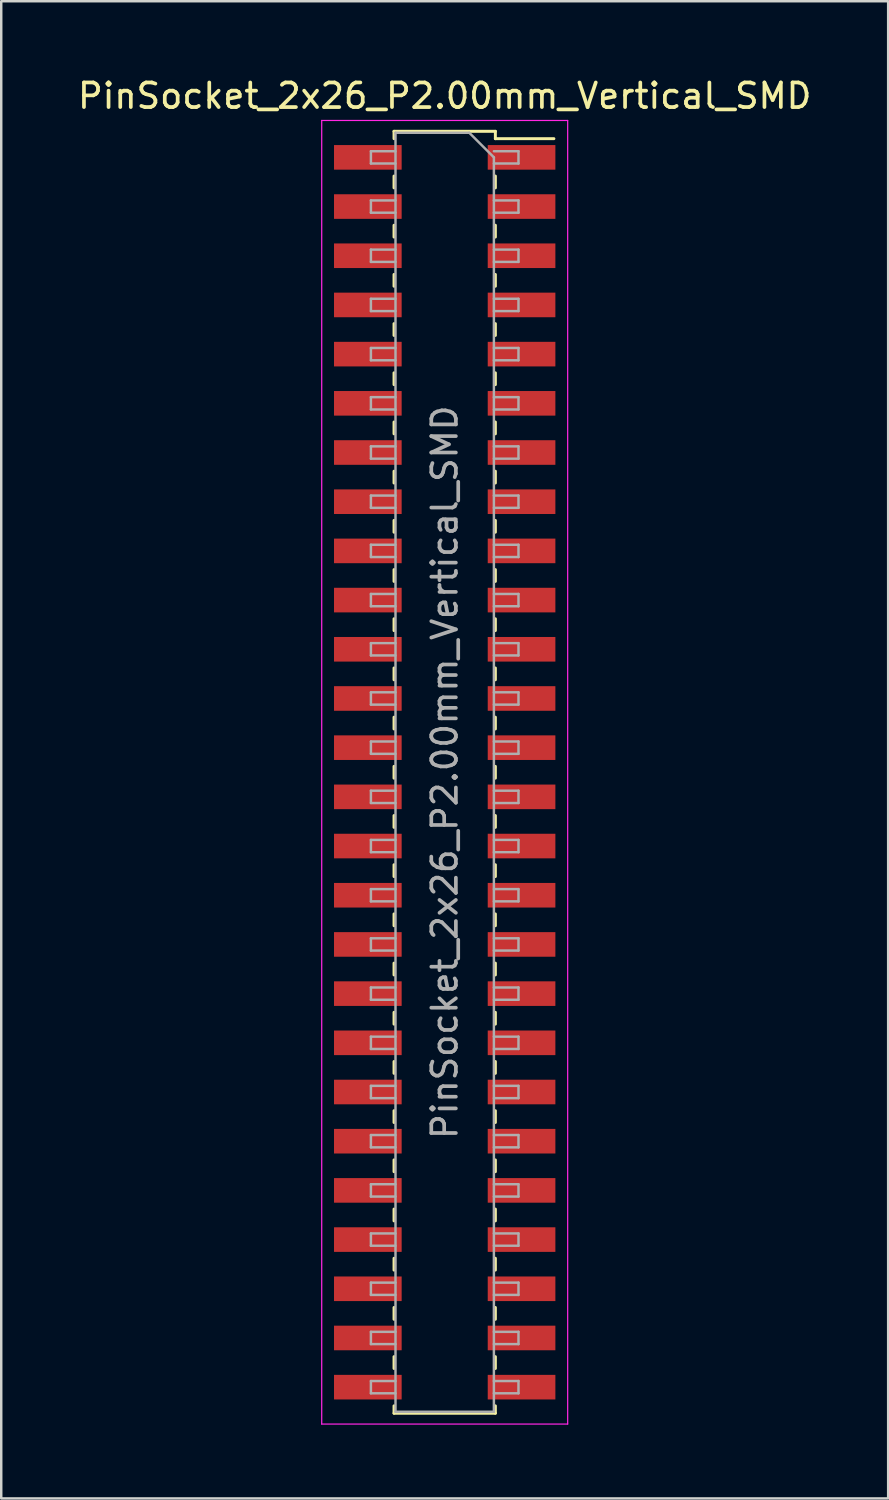
<source format=kicad_pcb>
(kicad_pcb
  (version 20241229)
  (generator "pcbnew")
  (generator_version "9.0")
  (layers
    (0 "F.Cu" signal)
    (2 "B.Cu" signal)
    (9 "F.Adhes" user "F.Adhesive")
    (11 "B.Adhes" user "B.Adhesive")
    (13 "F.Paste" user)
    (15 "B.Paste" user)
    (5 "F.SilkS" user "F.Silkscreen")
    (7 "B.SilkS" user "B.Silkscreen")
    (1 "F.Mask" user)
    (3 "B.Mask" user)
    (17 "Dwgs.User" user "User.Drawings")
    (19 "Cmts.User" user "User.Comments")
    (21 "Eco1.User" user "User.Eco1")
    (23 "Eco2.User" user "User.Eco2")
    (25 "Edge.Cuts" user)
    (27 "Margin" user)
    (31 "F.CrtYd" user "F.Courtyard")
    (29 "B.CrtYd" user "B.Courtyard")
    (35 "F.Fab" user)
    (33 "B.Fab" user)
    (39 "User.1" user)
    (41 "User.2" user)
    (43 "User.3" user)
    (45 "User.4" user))
  (footprint "PinSocket_2x26_P2.00mm_Vertical_SMD"
    (layer "F.Cu")
    (at 15.03 28.348)
    (property "Reference" "PinSocket_2x26_P2.00mm_Vertical_SMD" (at 0 -27.5 0) (layer "F.SilkS") (effects (font (size 1 1) (thickness 0.15))))
    (attr smd)
    (fp_line (start -2.06 -26.06) (end -2.06 -25.76) (stroke (width 0.12) (type solid)) (layer "F.SilkS"))
    (fp_line (start -2.06 -26.06) (end 2.06 -26.06) (stroke (width 0.12) (type solid)) (layer "F.SilkS"))
    (fp_line (start -2.06 -24.24) (end -2.06 -23.76) (stroke (width 0.12) (type solid)) (layer "F.SilkS"))
    (fp_line (start -2.06 -22.24) (end -2.06 -21.76) (stroke (width 0.12) (type solid)) (layer "F.SilkS"))
    (fp_line (start -2.06 -20.24) (end -2.06 -19.76) (stroke (width 0.12) (type solid)) (layer "F.SilkS"))
    (fp_line (start -2.06 -18.24) (end -2.06 -17.76) (stroke (width 0.12) (type solid)) (layer "F.SilkS"))
    (fp_line (start -2.06 -16.24) (end -2.06 -15.76) (stroke (width 0.12) (type solid)) (layer "F.SilkS"))
    (fp_line (start -2.06 -14.24) (end -2.06 -13.76) (stroke (width 0.12) (type solid)) (layer "F.SilkS"))
    (fp_line (start -2.06 -12.24) (end -2.06 -11.76) (stroke (width 0.12) (type solid)) (layer "F.SilkS"))
    (fp_line (start -2.06 -10.24) (end -2.06 -9.76) (stroke (width 0.12) (type solid)) (layer "F.SilkS"))
    (fp_line (start -2.06 -8.24) (end -2.06 -7.76) (stroke (width 0.12) (type solid)) (layer "F.SilkS"))
    (fp_line (start -2.06 -6.24) (end -2.06 -5.76) (stroke (width 0.12) (type solid)) (layer "F.SilkS"))
    (fp_line (start -2.06 -4.24) (end -2.06 -3.76) (stroke (width 0.12) (type solid)) (layer "F.SilkS"))
    (fp_line (start -2.06 -2.24) (end -2.06 -1.76) (stroke (width 0.12) (type solid)) (layer "F.SilkS"))
    (fp_line (start -2.06 -0.24) (end -2.06 0.24) (stroke (width 0.12) (type solid)) (layer "F.SilkS"))
    (fp_line (start -2.06 1.76) (end -2.06 2.24) (stroke (width 0.12) (type solid)) (layer "F.SilkS"))
    (fp_line (start -2.06 3.76) (end -2.06 4.24) (stroke (width 0.12) (type solid)) (layer "F.SilkS"))
    (fp_line (start -2.06 5.76) (end -2.06 6.24) (stroke (width 0.12) (type solid)) (layer "F.SilkS"))
    (fp_line (start -2.06 7.76) (end -2.06 8.24) (stroke (width 0.12) (type solid)) (layer "F.SilkS"))
    (fp_line (start -2.06 9.76) (end -2.06 10.24) (stroke (width 0.12) (type solid)) (layer "F.SilkS"))
    (fp_line (start -2.06 11.76) (end -2.06 12.24) (stroke (width 0.12) (type solid)) (layer "F.SilkS"))
    (fp_line (start -2.06 13.76) (end -2.06 14.24) (stroke (width 0.12) (type solid)) (layer "F.SilkS"))
    (fp_line (start -2.06 15.76) (end -2.06 16.24) (stroke (width 0.12) (type solid)) (layer "F.SilkS"))
    (fp_line (start -2.06 17.76) (end -2.06 18.24) (stroke (width 0.12) (type solid)) (layer "F.SilkS"))
    (fp_line (start -2.06 19.76) (end -2.06 20.24) (stroke (width 0.12) (type solid)) (layer "F.SilkS"))
    (fp_line (start -2.06 21.76) (end -2.06 22.24) (stroke (width 0.12) (type solid)) (layer "F.SilkS"))
    (fp_line (start -2.06 23.76) (end -2.06 24.24) (stroke (width 0.12) (type solid)) (layer "F.SilkS"))
    (fp_line (start -2.06 25.76) (end -2.06 26.06) (stroke (width 0.12) (type solid)) (layer "F.SilkS"))
    (fp_line (start -2.06 26.06) (end 2.06 26.06) (stroke (width 0.12) (type solid)) (layer "F.SilkS"))
    (fp_line (start 2.06 -26.06) (end 2.06 -25.76) (stroke (width 0.12) (type solid)) (layer "F.SilkS"))
    (fp_line (start 2.06 -25.76) (end 4.44 -25.76) (stroke (width 0.12) (type solid)) (layer "F.SilkS"))
    (fp_line (start 2.06 -24.24) (end 2.06 -23.76) (stroke (width 0.12) (type solid)) (layer "F.SilkS"))
    (fp_line (start 2.06 -22.24) (end 2.06 -21.76) (stroke (width 0.12) (type solid)) (layer "F.SilkS"))
    (fp_line (start 2.06 -20.24) (end 2.06 -19.76) (stroke (width 0.12) (type solid)) (layer "F.SilkS"))
    (fp_line (start 2.06 -18.24) (end 2.06 -17.76) (stroke (width 0.12) (type solid)) (layer "F.SilkS"))
    (fp_line (start 2.06 -16.24) (end 2.06 -15.76) (stroke (width 0.12) (type solid)) (layer "F.SilkS"))
    (fp_line (start 2.06 -14.24) (end 2.06 -13.76) (stroke (width 0.12) (type solid)) (layer "F.SilkS"))
    (fp_line (start 2.06 -12.24) (end 2.06 -11.76) (stroke (width 0.12) (type solid)) (layer "F.SilkS"))
    (fp_line (start 2.06 -10.24) (end 2.06 -9.76) (stroke (width 0.12) (type solid)) (layer "F.SilkS"))
    (fp_line (start 2.06 -8.24) (end 2.06 -7.76) (stroke (width 0.12) (type solid)) (layer "F.SilkS"))
    (fp_line (start 2.06 -6.24) (end 2.06 -5.76) (stroke (width 0.12) (type solid)) (layer "F.SilkS"))
    (fp_line (start 2.06 -4.24) (end 2.06 -3.76) (stroke (width 0.12) (type solid)) (layer "F.SilkS"))
    (fp_line (start 2.06 -2.24) (end 2.06 -1.76) (stroke (width 0.12) (type solid)) (layer "F.SilkS"))
    (fp_line (start 2.06 -0.24) (end 2.06 0.24) (stroke (width 0.12) (type solid)) (layer "F.SilkS"))
    (fp_line (start 2.06 1.76) (end 2.06 2.24) (stroke (width 0.12) (type solid)) (layer "F.SilkS"))
    (fp_line (start 2.06 3.76) (end 2.06 4.24) (stroke (width 0.12) (type solid)) (layer "F.SilkS"))
    (fp_line (start 2.06 5.76) (end 2.06 6.24) (stroke (width 0.12) (type solid)) (layer "F.SilkS"))
    (fp_line (start 2.06 7.76) (end 2.06 8.24) (stroke (width 0.12) (type solid)) (layer "F.SilkS"))
    (fp_line (start 2.06 9.76) (end 2.06 10.24) (stroke (width 0.12) (type solid)) (layer "F.SilkS"))
    (fp_line (start 2.06 11.76) (end 2.06 12.24) (stroke (width 0.12) (type solid)) (layer "F.SilkS"))
    (fp_line (start 2.06 13.76) (end 2.06 14.24) (stroke (width 0.12) (type solid)) (layer "F.SilkS"))
    (fp_line (start 2.06 15.76) (end 2.06 16.24) (stroke (width 0.12) (type solid)) (layer "F.SilkS"))
    (fp_line (start 2.06 17.76) (end 2.06 18.24) (stroke (width 0.12) (type solid)) (layer "F.SilkS"))
    (fp_line (start 2.06 19.76) (end 2.06 20.24) (stroke (width 0.12) (type solid)) (layer "F.SilkS"))
    (fp_line (start 2.06 21.76) (end 2.06 22.24) (stroke (width 0.12) (type solid)) (layer "F.SilkS"))
    (fp_line (start 2.06 23.76) (end 2.06 24.24) (stroke (width 0.12) (type solid)) (layer "F.SilkS"))
    (fp_line (start 2.06 25.76) (end 2.06 26.06) (stroke (width 0.12) (type solid)) (layer "F.SilkS"))
    (fp_line (start -5 -26.5) (end 5 -26.5) (stroke (width 0.05) (type solid)) (layer "F.CrtYd"))
    (fp_line (start -5 26.5) (end -5 -26.5) (stroke (width 0.05) (type solid)) (layer "F.CrtYd"))
    (fp_line (start 5 -26.5) (end 5 26.5) (stroke (width 0.05) (type solid)) (layer "F.CrtYd"))
    (fp_line (start 5 26.5) (end -5 26.5) (stroke (width 0.05) (type solid)) (layer "F.CrtYd"))
    (fp_line (start -3 -25.25) (end -2 -25.25) (stroke (width 0.1) (type solid)) (layer "F.Fab"))
    (fp_line (start -3 -24.75) (end -3 -25.25) (stroke (width 0.1) (type solid)) (layer "F.Fab"))
    (fp_line (start -3 -23.25) (end -2 -23.25) (stroke (width 0.1) (type solid)) (layer "F.Fab"))
    (fp_line (start -3 -22.75) (end -3 -23.25) (stroke (width 0.1) (type solid)) (layer "F.Fab"))
    (fp_line (start -3 -21.25) (end -2 -21.25) (stroke (width 0.1) (type solid)) (layer "F.Fab"))
    (fp_line (start -3 -20.75) (end -3 -21.25) (stroke (width 0.1) (type solid)) (layer "F.Fab"))
    (fp_line (start -3 -19.25) (end -2 -19.25) (stroke (width 0.1) (type solid)) (layer "F.Fab"))
    (fp_line (start -3 -18.75) (end -3 -19.25) (stroke (width 0.1) (type solid)) (layer "F.Fab"))
    (fp_line (start -3 -17.25) (end -2 -17.25) (stroke (width 0.1) (type solid)) (layer "F.Fab"))
    (fp_line (start -3 -16.75) (end -3 -17.25) (stroke (width 0.1) (type solid)) (layer "F.Fab"))
    (fp_line (start -3 -15.25) (end -2 -15.25) (stroke (width 0.1) (type solid)) (layer "F.Fab"))
    (fp_line (start -3 -14.75) (end -3 -15.25) (stroke (width 0.1) (type solid)) (layer "F.Fab"))
    (fp_line (start -3 -13.25) (end -2 -13.25) (stroke (width 0.1) (type solid)) (layer "F.Fab"))
    (fp_line (start -3 -12.75) (end -3 -13.25) (stroke (width 0.1) (type solid)) (layer "F.Fab"))
    (fp_line (start -3 -11.25) (end -2 -11.25) (stroke (width 0.1) (type solid)) (layer "F.Fab"))
    (fp_line (start -3 -10.75) (end -3 -11.25) (stroke (width 0.1) (type solid)) (layer "F.Fab"))
    (fp_line (start -3 -9.25) (end -2 -9.25) (stroke (width 0.1) (type solid)) (layer "F.Fab"))
    (fp_line (start -3 -8.75) (end -3 -9.25) (stroke (width 0.1) (type solid)) (layer "F.Fab"))
    (fp_line (start -3 -7.25) (end -2 -7.25) (stroke (width 0.1) (type solid)) (layer "F.Fab"))
    (fp_line (start -3 -6.75) (end -3 -7.25) (stroke (width 0.1) (type solid)) (layer "F.Fab"))
    (fp_line (start -3 -5.25) (end -2 -5.25) (stroke (width 0.1) (type solid)) (layer "F.Fab"))
    (fp_line (start -3 -4.75) (end -3 -5.25) (stroke (width 0.1) (type solid)) (layer "F.Fab"))
    (fp_line (start -3 -3.25) (end -2 -3.25) (stroke (width 0.1) (type solid)) (layer "F.Fab"))
    (fp_line (start -3 -2.75) (end -3 -3.25) (stroke (width 0.1) (type solid)) (layer "F.Fab"))
    (fp_line (start -3 -1.25) (end -2 -1.25) (stroke (width 0.1) (type solid)) (layer "F.Fab"))
    (fp_line (start -3 -0.75) (end -3 -1.25) (stroke (width 0.1) (type solid)) (layer "F.Fab"))
    (fp_line (start -3 0.75) (end -2 0.75) (stroke (width 0.1) (type solid)) (layer "F.Fab"))
    (fp_line (start -3 1.25) (end -3 0.75) (stroke (width 0.1) (type solid)) (layer "F.Fab"))
    (fp_line (start -3 2.75) (end -2 2.75) (stroke (width 0.1) (type solid)) (layer "F.Fab"))
    (fp_line (start -3 3.25) (end -3 2.75) (stroke (width 0.1) (type solid)) (layer "F.Fab"))
    (fp_line (start -3 4.75) (end -2 4.75) (stroke (width 0.1) (type solid)) (layer "F.Fab"))
    (fp_line (start -3 5.25) (end -3 4.75) (stroke (width 0.1) (type solid)) (layer "F.Fab"))
    (fp_line (start -3 6.75) (end -2 6.75) (stroke (width 0.1) (type solid)) (layer "F.Fab"))
    (fp_line (start -3 7.25) (end -3 6.75) (stroke (width 0.1) (type solid)) (layer "F.Fab"))
    (fp_line (start -3 8.75) (end -2 8.75) (stroke (width 0.1) (type solid)) (layer "F.Fab"))
    (fp_line (start -3 9.25) (end -3 8.75) (stroke (width 0.1) (type solid)) (layer "F.Fab"))
    (fp_line (start -3 10.75) (end -2 10.75) (stroke (width 0.1) (type solid)) (layer "F.Fab"))
    (fp_line (start -3 11.25) (end -3 10.75) (stroke (width 0.1) (type solid)) (layer "F.Fab"))
    (fp_line (start -3 12.75) (end -2 12.75) (stroke (width 0.1) (type solid)) (layer "F.Fab"))
    (fp_line (start -3 13.25) (end -3 12.75) (stroke (width 0.1) (type solid)) (layer "F.Fab"))
    (fp_line (start -3 14.75) (end -2 14.75) (stroke (width 0.1) (type solid)) (layer "F.Fab"))
    (fp_line (start -3 15.25) (end -3 14.75) (stroke (width 0.1) (type solid)) (layer "F.Fab"))
    (fp_line (start -3 16.75) (end -2 16.75) (stroke (width 0.1) (type solid)) (layer "F.Fab"))
    (fp_line (start -3 17.25) (end -3 16.75) (stroke (width 0.1) (type solid)) (layer "F.Fab"))
    (fp_line (start -3 18.75) (end -2 18.75) (stroke (width 0.1) (type solid)) (layer "F.Fab"))
    (fp_line (start -3 19.25) (end -3 18.75) (stroke (width 0.1) (type solid)) (layer "F.Fab"))
    (fp_line (start -3 20.75) (end -2 20.75) (stroke (width 0.1) (type solid)) (layer "F.Fab"))
    (fp_line (start -3 21.25) (end -3 20.75) (stroke (width 0.1) (type solid)) (layer "F.Fab"))
    (fp_line (start -3 22.75) (end -2 22.75) (stroke (width 0.1) (type solid)) (layer "F.Fab"))
    (fp_line (start -3 23.25) (end -3 22.75) (stroke (width 0.1) (type solid)) (layer "F.Fab"))
    (fp_line (start -3 24.75) (end -2 24.75) (stroke (width 0.1) (type solid)) (layer "F.Fab"))
    (fp_line (start -3 25.25) (end -3 24.75) (stroke (width 0.1) (type solid)) (layer "F.Fab"))
    (fp_line (start -2 -26) (end 1 -26) (stroke (width 0.1) (type solid)) (layer "F.Fab"))
    (fp_line (start -2 -24.75) (end -3 -24.75) (stroke (width 0.1) (type solid)) (layer "F.Fab"))
    (fp_line (start -2 -22.75) (end -3 -22.75) (stroke (width 0.1) (type solid)) (layer "F.Fab"))
    (fp_line (start -2 -20.75) (end -3 -20.75) (stroke (width 0.1) (type solid)) (layer "F.Fab"))
    (fp_line (start -2 -18.75) (end -3 -18.75) (stroke (width 0.1) (type solid)) (layer "F.Fab"))
    (fp_line (start -2 -16.75) (end -3 -16.75) (stroke (width 0.1) (type solid)) (layer "F.Fab"))
    (fp_line (start -2 -14.75) (end -3 -14.75) (stroke (width 0.1) (type solid)) (layer "F.Fab"))
    (fp_line (start -2 -12.75) (end -3 -12.75) (stroke (width 0.1) (type solid)) (layer "F.Fab"))
    (fp_line (start -2 -10.75) (end -3 -10.75) (stroke (width 0.1) (type solid)) (layer "F.Fab"))
    (fp_line (start -2 -8.75) (end -3 -8.75) (stroke (width 0.1) (type solid)) (layer "F.Fab"))
    (fp_line (start -2 -6.75) (end -3 -6.75) (stroke (width 0.1) (type solid)) (layer "F.Fab"))
    (fp_line (start -2 -4.75) (end -3 -4.75) (stroke (width 0.1) (type solid)) (layer "F.Fab"))
    (fp_line (start -2 -2.75) (end -3 -2.75) (stroke (width 0.1) (type solid)) (layer "F.Fab"))
    (fp_line (start -2 -0.75) (end -3 -0.75) (stroke (width 0.1) (type solid)) (layer "F.Fab"))
    (fp_line (start -2 1.25) (end -3 1.25) (stroke (width 0.1) (type solid)) (layer "F.Fab"))
    (fp_line (start -2 3.25) (end -3 3.25) (stroke (width 0.1) (type solid)) (layer "F.Fab"))
    (fp_line (start -2 5.25) (end -3 5.25) (stroke (width 0.1) (type solid)) (layer "F.Fab"))
    (fp_line (start -2 7.25) (end -3 7.25) (stroke (width 0.1) (type solid)) (layer "F.Fab"))
    (fp_line (start -2 9.25) (end -3 9.25) (stroke (width 0.1) (type solid)) (layer "F.Fab"))
    (fp_line (start -2 11.25) (end -3 11.25) (stroke (width 0.1) (type solid)) (layer "F.Fab"))
    (fp_line (start -2 13.25) (end -3 13.25) (stroke (width 0.1) (type solid)) (layer "F.Fab"))
    (fp_line (start -2 15.25) (end -3 15.25) (stroke (width 0.1) (type solid)) (layer "F.Fab"))
    (fp_line (start -2 17.25) (end -3 17.25) (stroke (width 0.1) (type solid)) (layer "F.Fab"))
    (fp_line (start -2 19.25) (end -3 19.25) (stroke (width 0.1) (type solid)) (layer "F.Fab"))
    (fp_line (start -2 21.25) (end -3 21.25) (stroke (width 0.1) (type solid)) (layer "F.Fab"))
    (fp_line (start -2 23.25) (end -3 23.25) (stroke (width 0.1) (type solid)) (layer "F.Fab"))
    (fp_line (start -2 25.25) (end -3 25.25) (stroke (width 0.1) (type solid)) (layer "F.Fab"))
    (fp_line (start -2 26) (end -2 -26) (stroke (width 0.1) (type solid)) (layer "F.Fab"))
    (fp_line (start 1 -26) (end 2 -25) (stroke (width 0.1) (type solid)) (layer "F.Fab"))
    (fp_line (start 2 -25.25) (end 3 -25.25) (stroke (width 0.1) (type solid)) (layer "F.Fab"))
    (fp_line (start 2 -25) (end 2 26) (stroke (width 0.1) (type solid)) (layer "F.Fab"))
    (fp_line (start 2 -23.25) (end 3 -23.25) (stroke (width 0.1) (type solid)) (layer "F.Fab"))
    (fp_line (start 2 -21.25) (end 3 -21.25) (stroke (width 0.1) (type solid)) (layer "F.Fab"))
    (fp_line (start 2 -19.25) (end 3 -19.25) (stroke (width 0.1) (type solid)) (layer "F.Fab"))
    (fp_line (start 2 -17.25) (end 3 -17.25) (stroke (width 0.1) (type solid)) (layer "F.Fab"))
    (fp_line (start 2 -15.25) (end 3 -15.25) (stroke (width 0.1) (type solid)) (layer "F.Fab"))
    (fp_line (start 2 -13.25) (end 3 -13.25) (stroke (width 0.1) (type solid)) (layer "F.Fab"))
    (fp_line (start 2 -11.25) (end 3 -11.25) (stroke (width 0.1) (type solid)) (layer "F.Fab"))
    (fp_line (start 2 -9.25) (end 3 -9.25) (stroke (width 0.1) (type solid)) (layer "F.Fab"))
    (fp_line (start 2 -7.25) (end 3 -7.25) (stroke (width 0.1) (type solid)) (layer "F.Fab"))
    (fp_line (start 2 -5.25) (end 3 -5.25) (stroke (width 0.1) (type solid)) (layer "F.Fab"))
    (fp_line (start 2 -3.25) (end 3 -3.25) (stroke (width 0.1) (type solid)) (layer "F.Fab"))
    (fp_line (start 2 -1.25) (end 3 -1.25) (stroke (width 0.1) (type solid)) (layer "F.Fab"))
    (fp_line (start 2 0.75) (end 3 0.75) (stroke (width 0.1) (type solid)) (layer "F.Fab"))
    (fp_line (start 2 2.75) (end 3 2.75) (stroke (width 0.1) (type solid)) (layer "F.Fab"))
    (fp_line (start 2 4.75) (end 3 4.75) (stroke (width 0.1) (type solid)) (layer "F.Fab"))
    (fp_line (start 2 6.75) (end 3 6.75) (stroke (width 0.1) (type solid)) (layer "F.Fab"))
    (fp_line (start 2 8.75) (end 3 8.75) (stroke (width 0.1) (type solid)) (layer "F.Fab"))
    (fp_line (start 2 10.75) (end 3 10.75) (stroke (width 0.1) (type solid)) (layer "F.Fab"))
    (fp_line (start 2 12.75) (end 3 12.75) (stroke (width 0.1) (type solid)) (layer "F.Fab"))
    (fp_line (start 2 14.75) (end 3 14.75) (stroke (width 0.1) (type solid)) (layer "F.Fab"))
    (fp_line (start 2 16.75) (end 3 16.75) (stroke (width 0.1) (type solid)) (layer "F.Fab"))
    (fp_line (start 2 18.75) (end 3 18.75) (stroke (width 0.1) (type solid)) (layer "F.Fab"))
    (fp_line (start 2 20.75) (end 3 20.75) (stroke (width 0.1) (type solid)) (layer "F.Fab"))
    (fp_line (start 2 22.75) (end 3 22.75) (stroke (width 0.1) (type solid)) (layer "F.Fab"))
    (fp_line (start 2 24.75) (end 3 24.75) (stroke (width 0.1) (type solid)) (layer "F.Fab"))
    (fp_line (start 2 26) (end -2 26) (stroke (width 0.1) (type solid)) (layer "F.Fab"))
    (fp_line (start 3 -25.25) (end 3 -24.75) (stroke (width 0.1) (type solid)) (layer "F.Fab"))
    (fp_line (start 3 -24.75) (end 2 -24.75) (stroke (width 0.1) (type solid)) (layer "F.Fab"))
    (fp_line (start 3 -23.25) (end 3 -22.75) (stroke (width 0.1) (type solid)) (layer "F.Fab"))
    (fp_line (start 3 -22.75) (end 2 -22.75) (stroke (width 0.1) (type solid)) (layer "F.Fab"))
    (fp_line (start 3 -21.25) (end 3 -20.75) (stroke (width 0.1) (type solid)) (layer "F.Fab"))
    (fp_line (start 3 -20.75) (end 2 -20.75) (stroke (width 0.1) (type solid)) (layer "F.Fab"))
    (fp_line (start 3 -19.25) (end 3 -18.75) (stroke (width 0.1) (type solid)) (layer "F.Fab"))
    (fp_line (start 3 -18.75) (end 2 -18.75) (stroke (width 0.1) (type solid)) (layer "F.Fab"))
    (fp_line (start 3 -17.25) (end 3 -16.75) (stroke (width 0.1) (type solid)) (layer "F.Fab"))
    (fp_line (start 3 -16.75) (end 2 -16.75) (stroke (width 0.1) (type solid)) (layer "F.Fab"))
    (fp_line (start 3 -15.25) (end 3 -14.75) (stroke (width 0.1) (type solid)) (layer "F.Fab"))
    (fp_line (start 3 -14.75) (end 2 -14.75) (stroke (width 0.1) (type solid)) (layer "F.Fab"))
    (fp_line (start 3 -13.25) (end 3 -12.75) (stroke (width 0.1) (type solid)) (layer "F.Fab"))
    (fp_line (start 3 -12.75) (end 2 -12.75) (stroke (width 0.1) (type solid)) (layer "F.Fab"))
    (fp_line (start 3 -11.25) (end 3 -10.75) (stroke (width 0.1) (type solid)) (layer "F.Fab"))
    (fp_line (start 3 -10.75) (end 2 -10.75) (stroke (width 0.1) (type solid)) (layer "F.Fab"))
    (fp_line (start 3 -9.25) (end 3 -8.75) (stroke (width 0.1) (type solid)) (layer "F.Fab"))
    (fp_line (start 3 -8.75) (end 2 -8.75) (stroke (width 0.1) (type solid)) (layer "F.Fab"))
    (fp_line (start 3 -7.25) (end 3 -6.75) (stroke (width 0.1) (type solid)) (layer "F.Fab"))
    (fp_line (start 3 -6.75) (end 2 -6.75) (stroke (width 0.1) (type solid)) (layer "F.Fab"))
    (fp_line (start 3 -5.25) (end 3 -4.75) (stroke (width 0.1) (type solid)) (layer "F.Fab"))
    (fp_line (start 3 -4.75) (end 2 -4.75) (stroke (width 0.1) (type solid)) (layer "F.Fab"))
    (fp_line (start 3 -3.25) (end 3 -2.75) (stroke (width 0.1) (type solid)) (layer "F.Fab"))
    (fp_line (start 3 -2.75) (end 2 -2.75) (stroke (width 0.1) (type solid)) (layer "F.Fab"))
    (fp_line (start 3 -1.25) (end 3 -0.75) (stroke (width 0.1) (type solid)) (layer "F.Fab"))
    (fp_line (start 3 -0.75) (end 2 -0.75) (stroke (width 0.1) (type solid)) (layer "F.Fab"))
    (fp_line (start 3 0.75) (end 3 1.25) (stroke (width 0.1) (type solid)) (layer "F.Fab"))
    (fp_line (start 3 1.25) (end 2 1.25) (stroke (width 0.1) (type solid)) (layer "F.Fab"))
    (fp_line (start 3 2.75) (end 3 3.25) (stroke (width 0.1) (type solid)) (layer "F.Fab"))
    (fp_line (start 3 3.25) (end 2 3.25) (stroke (width 0.1) (type solid)) (layer "F.Fab"))
    (fp_line (start 3 4.75) (end 3 5.25) (stroke (width 0.1) (type solid)) (layer "F.Fab"))
    (fp_line (start 3 5.25) (end 2 5.25) (stroke (width 0.1) (type solid)) (layer "F.Fab"))
    (fp_line (start 3 6.75) (end 3 7.25) (stroke (width 0.1) (type solid)) (layer "F.Fab"))
    (fp_line (start 3 7.25) (end 2 7.25) (stroke (width 0.1) (type solid)) (layer "F.Fab"))
    (fp_line (start 3 8.75) (end 3 9.25) (stroke (width 0.1) (type solid)) (layer "F.Fab"))
    (fp_line (start 3 9.25) (end 2 9.25) (stroke (width 0.1) (type solid)) (layer "F.Fab"))
    (fp_line (start 3 10.75) (end 3 11.25) (stroke (width 0.1) (type solid)) (layer "F.Fab"))
    (fp_line (start 3 11.25) (end 2 11.25) (stroke (width 0.1) (type solid)) (layer "F.Fab"))
    (fp_line (start 3 12.75) (end 3 13.25) (stroke (width 0.1) (type solid)) (layer "F.Fab"))
    (fp_line (start 3 13.25) (end 2 13.25) (stroke (width 0.1) (type solid)) (layer "F.Fab"))
    (fp_line (start 3 14.75) (end 3 15.25) (stroke (width 0.1) (type solid)) (layer "F.Fab"))
    (fp_line (start 3 15.25) (end 2 15.25) (stroke (width 0.1) (type solid)) (layer "F.Fab"))
    (fp_line (start 3 16.75) (end 3 17.25) (stroke (width 0.1) (type solid)) (layer "F.Fab"))
    (fp_line (start 3 17.25) (end 2 17.25) (stroke (width 0.1) (type solid)) (layer "F.Fab"))
    (fp_line (start 3 18.75) (end 3 19.25) (stroke (width 0.1) (type solid)) (layer "F.Fab"))
    (fp_line (start 3 19.25) (end 2 19.25) (stroke (width 0.1) (type solid)) (layer "F.Fab"))
    (fp_line (start 3 20.75) (end 3 21.25) (stroke (width 0.1) (type solid)) (layer "F.Fab"))
    (fp_line (start 3 21.25) (end 2 21.25) (stroke (width 0.1) (type solid)) (layer "F.Fab"))
    (fp_line (start 3 22.75) (end 3 23.25) (stroke (width 0.1) (type solid)) (layer "F.Fab"))
    (fp_line (start 3 23.25) (end 2 23.25) (stroke (width 0.1) (type solid)) (layer "F.Fab"))
    (fp_line (start 3 24.75) (end 3 25.25) (stroke (width 0.1) (type solid)) (layer "F.Fab"))
    (fp_line (start 3 25.25) (end 2 25.25) (stroke (width 0.1) (type solid)) (layer "F.Fab"))
    (fp_text user "${REFERENCE}" (at 0 0 90) (layer "F.Fab") (effects (font (size 1 1) (thickness 0.15))))
    (pad "1" smd rect (at 3.125 -25) (size 2.75 1) (layers "F.Cu" "F.Mask" "F.Paste"))
    (pad "2" smd rect (at -3.125 -25) (size 2.75 1) (layers "F.Cu" "F.Mask" "F.Paste"))
    (pad "3" smd rect (at 3.125 -23) (size 2.75 1) (layers "F.Cu" "F.Mask" "F.Paste"))
    (pad "4" smd rect (at -3.125 -23) (size 2.75 1) (layers "F.Cu" "F.Mask" "F.Paste"))
    (pad "5" smd rect (at 3.125 -21) (size 2.75 1) (layers "F.Cu" "F.Mask" "F.Paste"))
    (pad "6" smd rect (at -3.125 -21) (size 2.75 1) (layers "F.Cu" "F.Mask" "F.Paste"))
    (pad "7" smd rect (at 3.125 -19) (size 2.75 1) (layers "F.Cu" "F.Mask" "F.Paste"))
    (pad "8" smd rect (at -3.125 -19) (size 2.75 1) (layers "F.Cu" "F.Mask" "F.Paste"))
    (pad "9" smd rect (at 3.125 -17) (size 2.75 1) (layers "F.Cu" "F.Mask" "F.Paste"))
    (pad "10" smd rect (at -3.125 -17) (size 2.75 1) (layers "F.Cu" "F.Mask" "F.Paste"))
    (pad "11" smd rect (at 3.125 -15) (size 2.75 1) (layers "F.Cu" "F.Mask" "F.Paste"))
    (pad "12" smd rect (at -3.125 -15) (size 2.75 1) (layers "F.Cu" "F.Mask" "F.Paste"))
    (pad "13" smd rect (at 3.125 -13) (size 2.75 1) (layers "F.Cu" "F.Mask" "F.Paste"))
    (pad "14" smd rect (at -3.125 -13) (size 2.75 1) (layers "F.Cu" "F.Mask" "F.Paste"))
    (pad "15" smd rect (at 3.125 -11) (size 2.75 1) (layers "F.Cu" "F.Mask" "F.Paste"))
    (pad "16" smd rect (at -3.125 -11) (size 2.75 1) (layers "F.Cu" "F.Mask" "F.Paste"))
    (pad "17" smd rect (at 3.125 -9) (size 2.75 1) (layers "F.Cu" "F.Mask" "F.Paste"))
    (pad "18" smd rect (at -3.125 -9) (size 2.75 1) (layers "F.Cu" "F.Mask" "F.Paste"))
    (pad "19" smd rect (at 3.125 -7) (size 2.75 1) (layers "F.Cu" "F.Mask" "F.Paste"))
    (pad "20" smd rect (at -3.125 -7) (size 2.75 1) (layers "F.Cu" "F.Mask" "F.Paste"))
    (pad "21" smd rect (at 3.125 -5) (size 2.75 1) (layers "F.Cu" "F.Mask" "F.Paste"))
    (pad "22" smd rect (at -3.125 -5) (size 2.75 1) (layers "F.Cu" "F.Mask" "F.Paste"))
    (pad "23" smd rect (at 3.125 -3) (size 2.75 1) (layers "F.Cu" "F.Mask" "F.Paste"))
    (pad "24" smd rect (at -3.125 -3) (size 2.75 1) (layers "F.Cu" "F.Mask" "F.Paste"))
    (pad "25" smd rect (at 3.125 -1) (size 2.75 1) (layers "F.Cu" "F.Mask" "F.Paste"))
    (pad "26" smd rect (at -3.125 -1) (size 2.75 1) (layers "F.Cu" "F.Mask" "F.Paste"))
    (pad "27" smd rect (at 3.125 1) (size 2.75 1) (layers "F.Cu" "F.Mask" "F.Paste"))
    (pad "28" smd rect (at -3.125 1) (size 2.75 1) (layers "F.Cu" "F.Mask" "F.Paste"))
    (pad "29" smd rect (at 3.125 3) (size 2.75 1) (layers "F.Cu" "F.Mask" "F.Paste"))
    (pad "30" smd rect (at -3.125 3) (size 2.75 1) (layers "F.Cu" "F.Mask" "F.Paste"))
    (pad "31" smd rect (at 3.125 5) (size 2.75 1) (layers "F.Cu" "F.Mask" "F.Paste"))
    (pad "32" smd rect (at -3.125 5) (size 2.75 1) (layers "F.Cu" "F.Mask" "F.Paste"))
    (pad "33" smd rect (at 3.125 7) (size 2.75 1) (layers "F.Cu" "F.Mask" "F.Paste"))
    (pad "34" smd rect (at -3.125 7) (size 2.75 1) (layers "F.Cu" "F.Mask" "F.Paste"))
    (pad "35" smd rect (at 3.125 9) (size 2.75 1) (layers "F.Cu" "F.Mask" "F.Paste"))
    (pad "36" smd rect (at -3.125 9) (size 2.75 1) (layers "F.Cu" "F.Mask" "F.Paste"))
    (pad "37" smd rect (at 3.125 11) (size 2.75 1) (layers "F.Cu" "F.Mask" "F.Paste"))
    (pad "38" smd rect (at -3.125 11) (size 2.75 1) (layers "F.Cu" "F.Mask" "F.Paste"))
    (pad "39" smd rect (at 3.125 13) (size 2.75 1) (layers "F.Cu" "F.Mask" "F.Paste"))
    (pad "40" smd rect (at -3.125 13) (size 2.75 1) (layers "F.Cu" "F.Mask" "F.Paste"))
    (pad "41" smd rect (at 3.125 15) (size 2.75 1) (layers "F.Cu" "F.Mask" "F.Paste"))
    (pad "42" smd rect (at -3.125 15) (size 2.75 1) (layers "F.Cu" "F.Mask" "F.Paste"))
    (pad "43" smd rect (at 3.125 17) (size 2.75 1) (layers "F.Cu" "F.Mask" "F.Paste"))
    (pad "44" smd rect (at -3.125 17) (size 2.75 1) (layers "F.Cu" "F.Mask" "F.Paste"))
    (pad "45" smd rect (at 3.125 19) (size 2.75 1) (layers "F.Cu" "F.Mask" "F.Paste"))
    (pad "46" smd rect (at -3.125 19) (size 2.75 1) (layers "F.Cu" "F.Mask" "F.Paste"))
    (pad "47" smd rect (at 3.125 21) (size 2.75 1) (layers "F.Cu" "F.Mask" "F.Paste"))
    (pad "48" smd rect (at -3.125 21) (size 2.75 1) (layers "F.Cu" "F.Mask" "F.Paste"))
    (pad "49" smd rect (at 3.125 23) (size 2.75 1) (layers "F.Cu" "F.Mask" "F.Paste"))
    (pad "50" smd rect (at -3.125 23) (size 2.75 1) (layers "F.Cu" "F.Mask" "F.Paste"))
    (pad "51" smd rect (at 3.125 25) (size 2.75 1) (layers "F.Cu" "F.Mask" "F.Paste"))
    (pad "52" smd rect (at -3.125 25) (size 2.75 1) (layers "F.Cu" "F.Mask" "F.Paste")))
  (gr_rect
    (start -3 -3)
    (end 33.06 57.873)
    (stroke (width 0.1) (type default))
    (fill no)
    (layer "Edge.Cuts")))
</source>
